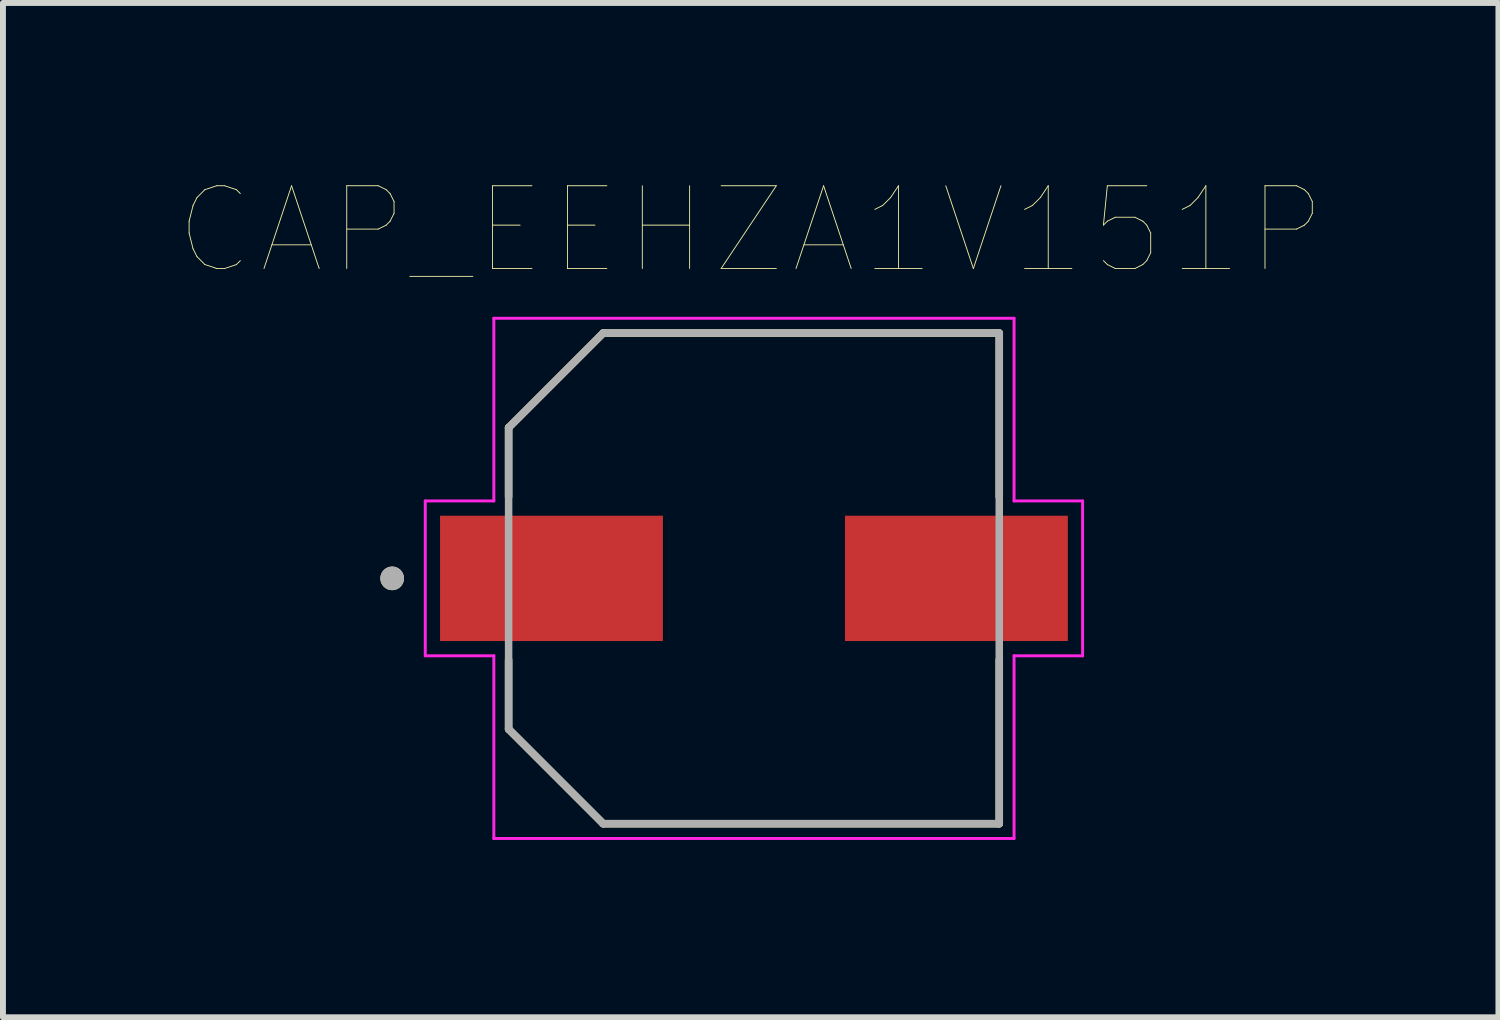
<source format=kicad_pcb>
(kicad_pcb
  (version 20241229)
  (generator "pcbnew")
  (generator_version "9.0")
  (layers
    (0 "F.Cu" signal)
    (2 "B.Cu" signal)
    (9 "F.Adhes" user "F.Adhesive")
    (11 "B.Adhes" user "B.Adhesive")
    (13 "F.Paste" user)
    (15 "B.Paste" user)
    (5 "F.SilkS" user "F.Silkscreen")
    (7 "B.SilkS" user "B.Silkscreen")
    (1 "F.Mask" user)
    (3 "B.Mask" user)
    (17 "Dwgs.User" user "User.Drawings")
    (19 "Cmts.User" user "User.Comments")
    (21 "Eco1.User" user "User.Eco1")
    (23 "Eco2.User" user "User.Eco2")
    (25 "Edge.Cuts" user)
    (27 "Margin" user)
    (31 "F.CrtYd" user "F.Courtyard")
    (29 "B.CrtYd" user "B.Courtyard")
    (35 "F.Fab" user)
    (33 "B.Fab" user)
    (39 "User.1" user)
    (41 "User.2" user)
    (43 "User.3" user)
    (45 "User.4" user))
  (footprint "CAP_EEHZA1V151P"
    (layer "F.Cu")
    (at 9.704 6.734)
    (property "Reference" "CAP_EEHZA1V151P" (at -0.055 -5.889 0) (layer "F.SilkS") (effects (font (size 1.4 1.4) (thickness 0.015))))
    (attr through_hole)
    (fp_line (start -4.15 -2.55) (end -4.15 -1.38) (stroke (width 0.127) (type solid)) (layer "F.SilkS"))
    (fp_line (start -4.15 1.38) (end -4.15 2.55) (stroke (width 0.127) (type solid)) (layer "F.SilkS"))
    (fp_line (start -4.15 2.55) (end -2.55 4.15) (stroke (width 0.127) (type solid)) (layer "F.SilkS"))
    (fp_line (start -2.55 -4.15) (end -4.15 -2.55) (stroke (width 0.127) (type solid)) (layer "F.SilkS"))
    (fp_line (start -2.55 4.15) (end 4.15 4.15) (stroke (width 0.127) (type solid)) (layer "F.SilkS"))
    (fp_line (start 4.15 -4.15) (end -2.55 -4.15) (stroke (width 0.127) (type solid)) (layer "F.SilkS"))
    (fp_line (start 4.15 -1.38) (end 4.15 -4.15) (stroke (width 0.127) (type solid)) (layer "F.SilkS"))
    (fp_line (start 4.15 4.15) (end 4.15 1.38) (stroke (width 0.127) (type solid)) (layer "F.SilkS"))
    (fp_circle (center -6.12 0) (end -6.02 0) (stroke (width 0.2) (type solid)) (fill no) (layer "F.SilkS"))
    (fp_line (start -5.56 -1.31) (end -5.56 1.31) (stroke (width 0.05) (type solid)) (layer "F.CrtYd"))
    (fp_line (start -5.56 1.31) (end -4.4 1.31) (stroke (width 0.05) (type solid)) (layer "F.CrtYd"))
    (fp_line (start -4.4 -4.4) (end -4.4 -1.31) (stroke (width 0.05) (type solid)) (layer "F.CrtYd"))
    (fp_line (start -4.4 -1.31) (end -5.56 -1.31) (stroke (width 0.05) (type solid)) (layer "F.CrtYd"))
    (fp_line (start -4.4 1.31) (end -4.4 4.4) (stroke (width 0.05) (type solid)) (layer "F.CrtYd"))
    (fp_line (start -4.4 4.4) (end 4.4 4.4) (stroke (width 0.05) (type solid)) (layer "F.CrtYd"))
    (fp_line (start 4.4 -4.4) (end -4.4 -4.4) (stroke (width 0.05) (type solid)) (layer "F.CrtYd"))
    (fp_line (start 4.4 -1.31) (end 4.4 -4.4) (stroke (width 0.05) (type solid)) (layer "F.CrtYd"))
    (fp_line (start 4.4 1.31) (end 5.56 1.31) (stroke (width 0.05) (type solid)) (layer "F.CrtYd"))
    (fp_line (start 4.4 4.4) (end 4.4 1.31) (stroke (width 0.05) (type solid)) (layer "F.CrtYd"))
    (fp_line (start 5.56 -1.31) (end 4.4 -1.31) (stroke (width 0.05) (type solid)) (layer "F.CrtYd"))
    (fp_line (start 5.56 1.31) (end 5.56 -1.31) (stroke (width 0.05) (type solid)) (layer "F.CrtYd"))
    (fp_line (start -4.15 -2.55) (end -4.15 2.55) (stroke (width 0.127) (type solid)) (layer "F.Fab"))
    (fp_line (start -4.15 2.55) (end -2.55 4.15) (stroke (width 0.127) (type solid)) (layer "F.Fab"))
    (fp_line (start -2.55 -4.15) (end -4.15 -2.55) (stroke (width 0.127) (type solid)) (layer "F.Fab"))
    (fp_line (start -2.55 4.15) (end 4.15 4.15) (stroke (width 0.127) (type solid)) (layer "F.Fab"))
    (fp_line (start 4.15 -4.15) (end -2.55 -4.15) (stroke (width 0.127) (type solid)) (layer "F.Fab"))
    (fp_line (start 4.15 4.15) (end 4.15 -4.15) (stroke (width 0.127) (type solid)) (layer "F.Fab"))
    (fp_circle (center -6.12 0) (end -6.02 0) (stroke (width 0.2) (type solid)) (fill no) (layer "F.Fab"))
    (pad "1" smd rect (at -3.425 0) (size 3.77 2.12) (layers "F.Cu" "F.Mask" "F.Paste"))
    (pad "2" smd rect (at 3.425 0) (size 3.77 2.12) (layers "F.Cu" "F.Mask" "F.Paste")))
  (gr_rect
    (start -3 -3)
    (end 22.298 14.159)
    (stroke (width 0.1) (type default))
    (fill no)
    (layer "Edge.Cuts")))
</source>
